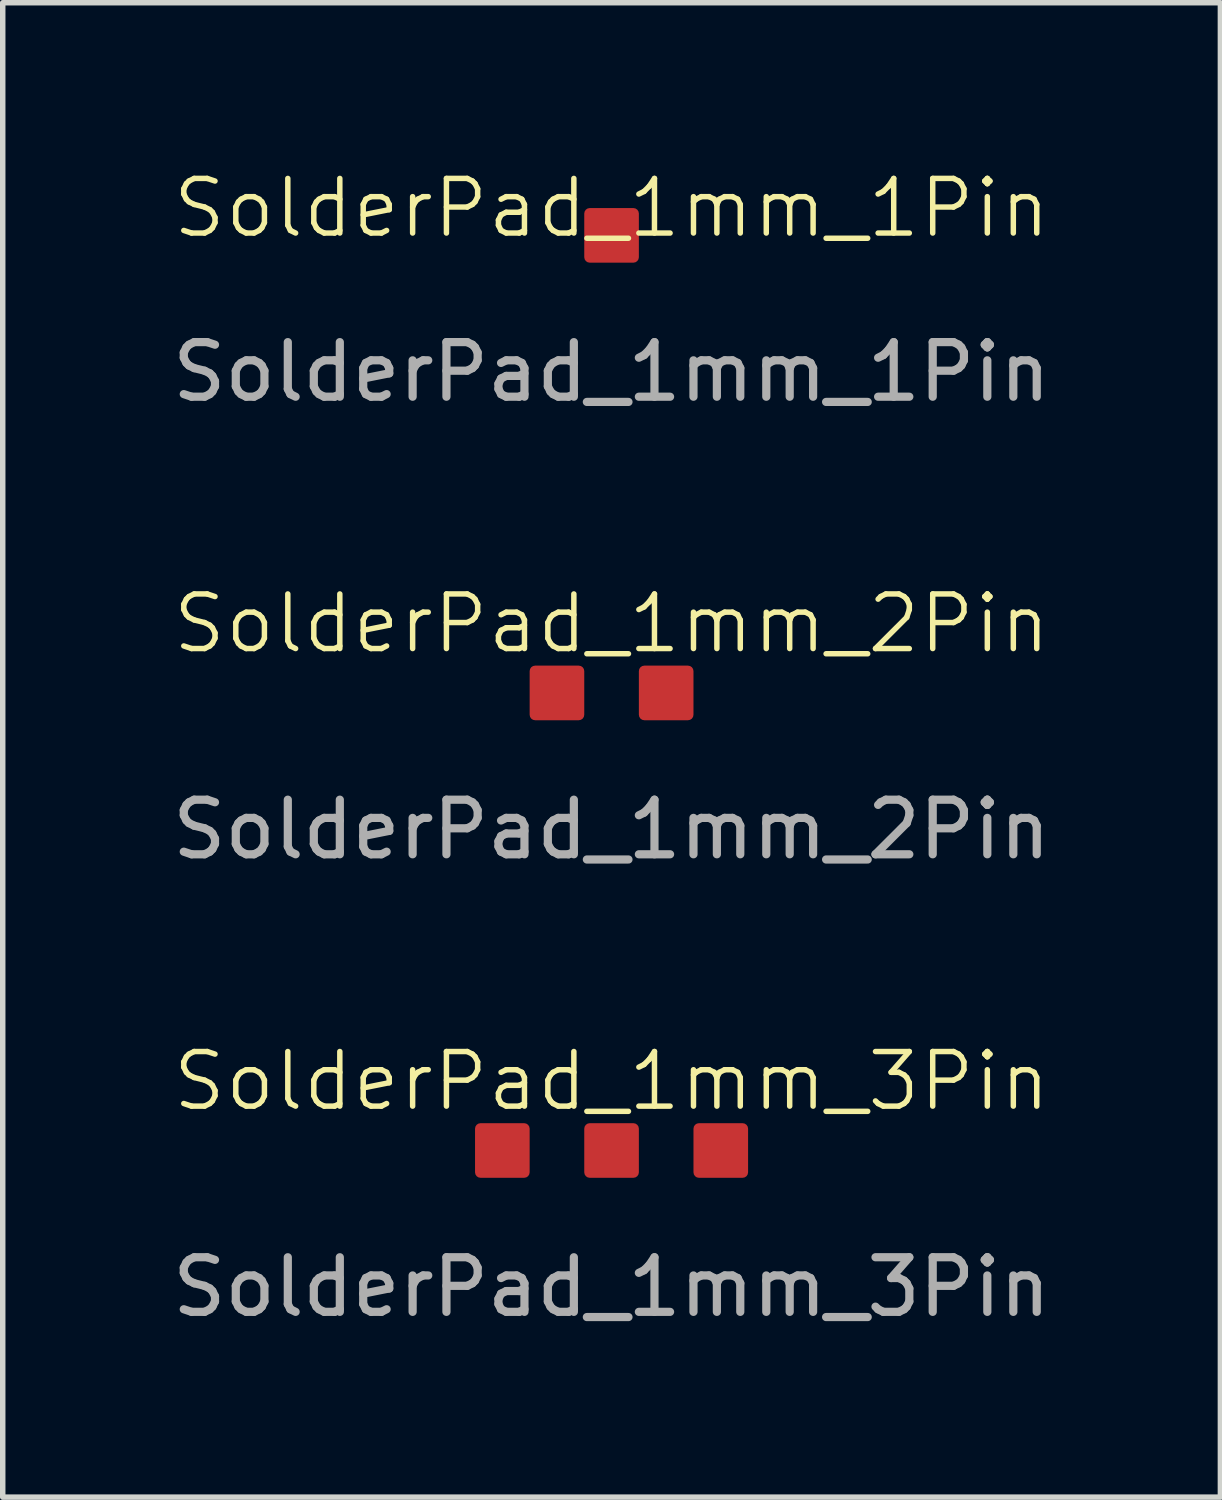
<source format=kicad_pcb>
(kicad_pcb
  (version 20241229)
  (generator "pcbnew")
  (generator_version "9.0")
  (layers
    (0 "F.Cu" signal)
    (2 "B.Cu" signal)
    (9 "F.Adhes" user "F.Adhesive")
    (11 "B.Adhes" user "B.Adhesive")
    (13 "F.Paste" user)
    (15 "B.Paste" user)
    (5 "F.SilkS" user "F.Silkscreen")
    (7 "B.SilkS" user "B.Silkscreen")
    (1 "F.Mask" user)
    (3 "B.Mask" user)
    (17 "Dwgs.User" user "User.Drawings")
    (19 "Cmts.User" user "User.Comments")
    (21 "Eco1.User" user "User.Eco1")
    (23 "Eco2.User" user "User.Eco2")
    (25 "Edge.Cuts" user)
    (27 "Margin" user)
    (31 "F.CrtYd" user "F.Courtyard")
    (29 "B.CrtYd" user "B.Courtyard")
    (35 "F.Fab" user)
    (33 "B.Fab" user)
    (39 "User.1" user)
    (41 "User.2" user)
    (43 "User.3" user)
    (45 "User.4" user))
  (footprint "SolderPad_1mm_1Pin"
    (layer "F.Cu")
    (at 8.149 1.26)
    (property "Reference" "SolderPad_1mm_1Pin" (at 0 -0.5 0) (unlocked yes) (layer "F.SilkS") (effects (font (size 1 1) (thickness 0.1))))
    (attr smd)
    (fp_text user "${REFERENCE}" (at 0 2.5 0) (unlocked yes) (layer "F.Fab") (effects (font (size 1 1) (thickness 0.15))))
    (pad "1" smd roundrect (at 0 0) (size 1 1) (layers "F.Cu" "F.Mask") (roundrect_rratio 0.1)))
  (footprint "SolderPad_1mm_2Pin"
    (layer "F.Cu")
    (at 8.149 9.639)
    (property "Reference" "SolderPad_1mm_2Pin" (at 0 -1.27 0) (unlocked yes) (layer "F.SilkS") (effects (font (size 1 1) (thickness 0.1))))
    (attr smd exclude_from_pos_files exclude_from_bom dnp)
    (fp_text user "${REFERENCE}" (at 0 2.5 0) (unlocked yes) (layer "F.Fab") (effects (font (size 1 1) (thickness 0.15))))
    (pad "1" smd roundrect (at -1 0) (size 1 1) (layers "F.Cu" "F.Mask") (roundrect_rratio 0.1))
    (pad "2" smd roundrect (at 1 0) (size 1 1) (layers "F.Cu" "F.Mask") (roundrect_rratio 0.1)))
  (footprint "SolderPad_1mm_3Pin"
    (layer "F.Cu")
    (at 8.149 18.018)
    (property "Reference" "SolderPad_1mm_3Pin" (at 0 -1.27 0) (unlocked yes) (layer "F.SilkS") (effects (font (size 1 1) (thickness 0.1))))
    (attr smd exclude_from_pos_files exclude_from_bom dnp)
    (fp_text user "${REFERENCE}" (at 0 2.5 0) (unlocked yes) (layer "F.Fab") (effects (font (size 1 1) (thickness 0.15))))
    (pad "1" smd roundrect (at -2 0) (size 1 1) (layers "F.Cu" "F.Mask") (roundrect_rratio 0.1))
    (pad "2" smd roundrect (at 0 0) (size 1 1) (layers "F.Cu" "F.Mask") (roundrect_rratio 0.1))
    (pad "3" smd roundrect (at 2 0) (size 1 1) (layers "F.Cu" "F.Mask") (roundrect_rratio 0.1)))
  (gr_rect
    (start -3 -3)
    (end 19.298 24.366)
    (stroke (width 0.1) (type default))
    (fill no)
    (layer "Edge.Cuts")))
</source>
